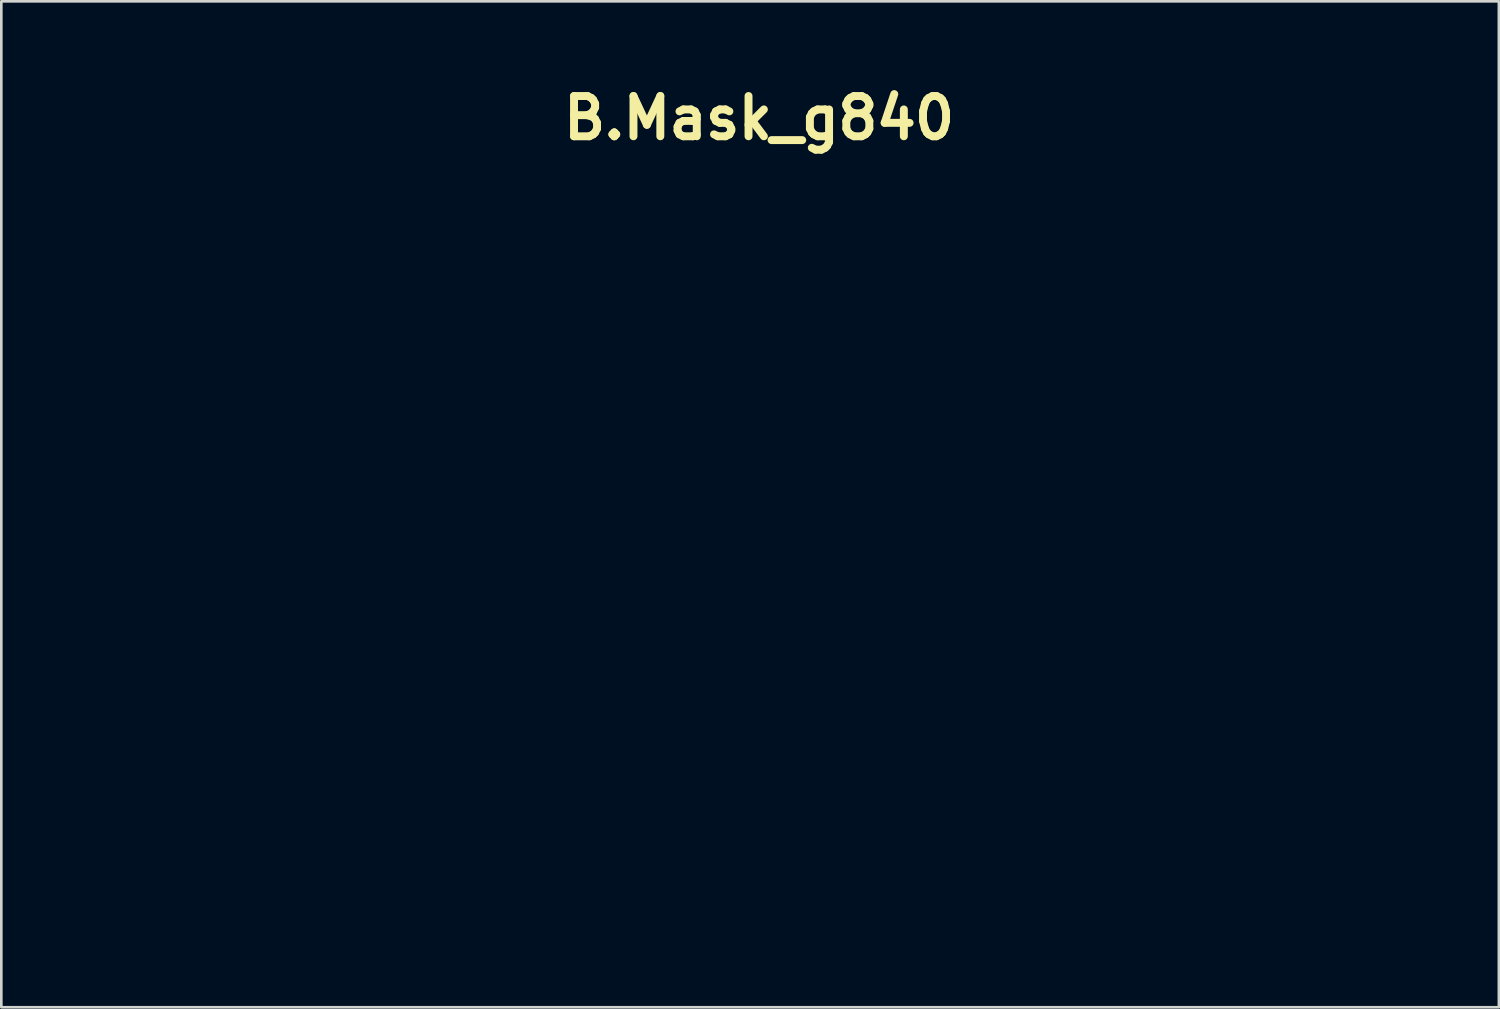
<source format=kicad_pcb>
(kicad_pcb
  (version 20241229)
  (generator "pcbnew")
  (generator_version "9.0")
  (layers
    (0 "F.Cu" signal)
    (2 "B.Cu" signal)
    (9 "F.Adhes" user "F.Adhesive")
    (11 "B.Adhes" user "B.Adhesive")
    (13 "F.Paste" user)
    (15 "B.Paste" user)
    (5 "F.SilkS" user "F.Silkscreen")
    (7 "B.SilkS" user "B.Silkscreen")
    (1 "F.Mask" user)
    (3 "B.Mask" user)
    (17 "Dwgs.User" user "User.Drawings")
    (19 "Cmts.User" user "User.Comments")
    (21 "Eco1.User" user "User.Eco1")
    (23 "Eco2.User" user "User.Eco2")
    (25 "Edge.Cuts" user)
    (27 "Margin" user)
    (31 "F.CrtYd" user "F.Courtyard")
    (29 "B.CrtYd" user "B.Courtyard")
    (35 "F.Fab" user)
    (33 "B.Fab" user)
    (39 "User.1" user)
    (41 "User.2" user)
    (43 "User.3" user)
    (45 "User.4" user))
  (footprint "B.Mask_g840"
    (layer "F.Cu")
    (at 25.678 1.418)
    (property "Reference" "B.Mask_g840" (at 0 0 0) (layer "F.SilkS") (effects (font (size 1.524 1.524) (thickness 0.3))))
    (attr through_hole)
    (fp_poly (pts (xy 24.977 24.511) (xy 24.723 24.511) (xy 24.723 23.114) (xy 24.977 23.114) (xy 24.977 24.511)) (stroke (width 0.01) (type solid)) (fill yes) (layer "B.Mask"))
    (fp_poly (pts (xy 24.194 24.692) (xy 24.227 24.727) (xy 24.253 24.828) (xy 24.207 24.905) (xy 24.109 24.934) (xy 24.015 24.909) (xy 23.974 24.865) (xy 23.973 24.767) (xy 24.03 24.687) (xy 24.109 24.659) (xy 24.194 24.692)) (stroke (width 0.01) (type solid)) (fill yes) (layer "B.Mask"))
    (fp_poly (pts (xy 24.937 24.672) (xy 24.99 24.75) (xy 24.993 24.84) (xy 24.974 24.874) (xy 24.886 24.928) (xy 24.79 24.918) (xy 24.728 24.859) (xy 24.712 24.759) (xy 24.758 24.675) (xy 24.848 24.638) (xy 24.85 24.638) (xy 24.937 24.672)) (stroke (width 0.01) (type solid)) (fill yes) (layer "B.Mask"))
    (fp_poly (pts (xy 24.215 24.511) (xy 24.108 24.511) (xy 24.019 24.492) (xy 23.979 24.456) (xy 23.973 24.396) (xy 23.969 24.268) (xy 23.967 24.088) (xy 23.968 23.873) (xy 23.97 23.768) (xy 23.982 23.135) (xy 24.098 23.122) (xy 24.215 23.108) (xy 24.215 24.511)) (stroke (width 0.01) (type solid)) (fill yes) (layer "B.Mask"))
    (fp_poly (pts (xy -3.058 23.887) (xy -3.069 24.913) (xy -3.302 24.94) (xy -3.302 24.601) (xy -3.307 24.425) (xy -3.321 24.27) (xy -3.34 24.164) (xy -3.343 24.153) (xy -3.421 24.041) (xy -3.534 23.982) (xy -3.655 23.99) (xy -3.676 23.999) (xy -3.717 24.029) (xy -3.744 24.077) (xy -3.76 24.16) (xy -3.77 24.295) (xy -3.777 24.48) (xy -3.789 24.913) (xy -3.905 24.927) (xy -4.022 24.94) (xy -4.022 24.495) (xy -4.017 24.298) (xy -4.005 24.124) (xy -3.988 23.995) (xy -3.975 23.946) (xy -3.878 23.828) (xy -3.735 23.764) (xy -3.567 23.76) (xy -3.418 23.81) (xy -3.302 23.871) (xy -3.302 22.86) (xy -3.046 22.86) (xy -3.058 23.887)) (stroke (width 0.01) (type solid)) (fill yes) (layer "B.Mask"))
    (fp_poly (pts (xy -1.27 24.187) (xy -1.268 24.379) (xy -1.258 24.506) (xy -1.238 24.587) (xy -1.205 24.64) (xy -1.187 24.658) (xy -1.076 24.71) (xy -0.959 24.693) (xy -0.867 24.613) (xy -0.845 24.571) (xy -0.826 24.477) (xy -0.811 24.328) (xy -0.804 24.155) (xy -0.804 24.127) (xy -0.804 23.791) (xy -0.55 23.791) (xy -0.551 24.098) (xy -0.566 24.399) (xy -0.61 24.626) (xy -0.688 24.785) (xy -0.803 24.884) (xy -0.96 24.929) (xy -1.05 24.933) (xy -1.186 24.923) (xy -1.295 24.9) (xy -1.323 24.889) (xy -1.414 24.807) (xy -1.475 24.679) (xy -1.511 24.492) (xy -1.524 24.236) (xy -1.524 24.196) (xy -1.524 23.791) (xy -1.27 23.791) (xy -1.27 24.187)) (stroke (width 0.01) (type solid)) (fill yes) (layer "B.Mask"))
    (fp_poly (pts (xy -11.091 24.187) (xy -11.089 24.382) (xy -11.079 24.51) (xy -11.058 24.591) (xy -11.024 24.643) (xy -11.014 24.653) (xy -10.899 24.716) (xy -10.785 24.696) (xy -10.71 24.638) (xy -10.669 24.584) (xy -10.643 24.512) (xy -10.63 24.4) (xy -10.626 24.229) (xy -10.626 24.172) (xy -10.626 23.791) (xy -10.372 23.791) (xy -10.372 24.125) (xy -10.377 24.369) (xy -10.394 24.547) (xy -10.428 24.676) (xy -10.483 24.774) (xy -10.531 24.828) (xy -10.617 24.896) (xy -10.721 24.927) (xy -10.854 24.933) (xy -10.995 24.924) (xy -11.111 24.901) (xy -11.148 24.886) (xy -11.242 24.789) (xy -11.305 24.621) (xy -11.339 24.379) (xy -11.345 24.174) (xy -11.345 23.791) (xy -11.091 23.791) (xy -11.091 24.187)) (stroke (width 0.01) (type solid)) (fill yes) (layer "B.Mask"))
    (fp_poly (pts (xy -5.597 23.373) (xy -5.56 23.401) (xy -5.547 23.475) (xy -5.546 23.58) (xy -5.539 23.713) (xy -5.515 23.778) (xy -5.482 23.791) (xy -5.431 23.828) (xy -5.419 23.897) (xy -5.441 23.982) (xy -5.482 24.003) (xy -5.511 24.016) (xy -5.529 24.065) (xy -5.54 24.163) (xy -5.545 24.323) (xy -5.546 24.469) (xy -5.546 24.934) (xy -5.8 24.934) (xy -5.8 24.003) (xy -5.905 24.003) (xy -5.986 23.986) (xy -6.011 23.917) (xy -6.011 23.897) (xy -5.994 23.817) (xy -5.925 23.792) (xy -5.905 23.791) (xy -5.843 23.784) (xy -5.811 23.749) (xy -5.801 23.665) (xy -5.8 23.58) (xy -5.797 23.454) (xy -5.78 23.392) (xy -5.735 23.37) (xy -5.673 23.368) (xy -5.597 23.373)) (stroke (width 0.01) (type solid)) (fill yes) (layer "B.Mask"))
    (fp_poly (pts (xy 1.081 23.784) (xy 1.134 23.815) (xy 1.202 23.849) (xy 1.228 23.836) (xy 1.264 23.805) (xy 1.353 23.791) (xy 1.355 23.791) (xy 1.482 23.791) (xy 1.482 24.363) (xy 1.481 24.592) (xy 1.479 24.75) (xy 1.471 24.85) (xy 1.457 24.905) (xy 1.433 24.929) (xy 1.398 24.934) (xy 1.383 24.934) (xy 1.294 24.923) (xy 1.256 24.906) (xy 1.243 24.854) (xy 1.233 24.738) (xy 1.228 24.579) (xy 1.228 24.507) (xy 1.22 24.283) (xy 1.192 24.132) (xy 1.14 24.044) (xy 1.058 24.009) (xy 0.97 24.013) (xy 0.873 24.008) (xy 0.814 23.942) (xy 0.805 23.925) (xy 0.779 23.838) (xy 0.806 23.79) (xy 0.813 23.785) (xy 0.939 23.751) (xy 1.081 23.784)) (stroke (width 0.01) (type solid)) (fill yes) (layer "B.Mask"))
    (fp_poly (pts (xy 14.553 23.373) (xy 14.591 23.401) (xy 14.604 23.475) (xy 14.605 23.58) (xy 14.612 23.713) (xy 14.635 23.778) (xy 14.668 23.791) (xy 14.72 23.828) (xy 14.732 23.897) (xy 14.71 23.982) (xy 14.668 24.003) (xy 14.64 24.016) (xy 14.621 24.065) (xy 14.611 24.163) (xy 14.606 24.323) (xy 14.605 24.469) (xy 14.605 24.934) (xy 14.351 24.934) (xy 14.351 24.003) (xy 14.245 24.003) (xy 14.165 23.986) (xy 14.14 23.917) (xy 14.139 23.897) (xy 14.157 23.817) (xy 14.226 23.792) (xy 14.245 23.791) (xy 14.308 23.784) (xy 14.339 23.749) (xy 14.35 23.665) (xy 14.351 23.58) (xy 14.354 23.454) (xy 14.371 23.392) (xy 14.415 23.37) (xy 14.478 23.368) (xy 14.553 23.373)) (stroke (width 0.01) (type solid)) (fill yes) (layer "B.Mask"))
    (fp_poly (pts (xy 20.458 23.81) (xy 20.537 23.841) (xy 20.574 23.834) (xy 20.574 23.831) (xy 20.611 23.803) (xy 20.7 23.791) (xy 20.702 23.791) (xy 20.83 23.791) (xy 20.807 24.913) (xy 20.574 24.94) (xy 20.574 24.554) (xy 20.572 24.368) (xy 20.563 24.245) (xy 20.543 24.164) (xy 20.507 24.105) (xy 20.47 24.065) (xy 20.361 23.98) (xy 20.266 23.969) (xy 20.181 24.014) (xy 20.147 24.057) (xy 20.123 24.135) (xy 20.109 24.266) (xy 20.1 24.463) (xy 20.099 24.49) (xy 20.087 24.913) (xy 19.971 24.927) (xy 19.854 24.94) (xy 19.854 24.495) (xy 19.859 24.298) (xy 19.871 24.124) (xy 19.888 23.995) (xy 19.901 23.946) (xy 19.998 23.828) (xy 20.141 23.764) (xy 20.309 23.76) (xy 20.458 23.81)) (stroke (width 0.01) (type solid)) (fill yes) (layer "B.Mask"))
    (fp_poly (pts (xy 21.832 23.814) (xy 21.985 23.924) (xy 22.096 24.075) (xy 22.156 24.251) (xy 22.157 24.44) (xy 22.094 24.627) (xy 21.972 24.785) (xy 21.824 24.877) (xy 21.635 24.925) (xy 21.439 24.927) (xy 21.268 24.878) (xy 21.239 24.862) (xy 21.136 24.762) (xy 21.041 24.615) (xy 20.974 24.458) (xy 20.958 24.364) (xy 21.223 24.364) (xy 21.257 24.496) (xy 21.336 24.607) (xy 21.447 24.681) (xy 21.58 24.707) (xy 21.72 24.671) (xy 21.81 24.609) (xy 21.893 24.483) (xy 21.911 24.332) (xy 21.866 24.181) (xy 21.763 24.057) (xy 21.642 24.01) (xy 21.496 24.013) (xy 21.368 24.062) (xy 21.337 24.087) (xy 21.246 24.223) (xy 21.223 24.364) (xy 20.958 24.364) (xy 20.955 24.348) (xy 20.994 24.154) (xy 21.1 23.978) (xy 21.254 23.841) (xy 21.426 23.769) (xy 21.643 23.757) (xy 21.832 23.814)) (stroke (width 0.01) (type solid)) (fill yes) (layer "B.Mask"))
    (fp_poly (pts (xy -9.408 23.799) (xy -9.242 23.896) (xy -9.12 24.05) (xy -9.069 24.212) (xy -9.055 24.397) (xy -9.08 24.569) (xy -9.122 24.663) (xy -9.264 24.809) (xy -9.451 24.901) (xy -9.659 24.934) (xy -9.863 24.902) (xy -9.976 24.847) (xy -10.122 24.708) (xy -10.209 24.525) (xy -10.226 24.391) (xy -9.981 24.391) (xy -9.941 24.526) (xy -9.843 24.637) (xy -9.764 24.681) (xy -9.67 24.713) (xy -9.601 24.711) (xy -9.506 24.674) (xy -9.503 24.672) (xy -9.376 24.577) (xy -9.311 24.449) (xy -9.302 24.308) (xy -9.346 24.174) (xy -9.438 24.068) (xy -9.574 24.009) (xy -9.64 24.003) (xy -9.794 24.037) (xy -9.904 24.126) (xy -9.968 24.251) (xy -9.981 24.391) (xy -10.226 24.391) (xy -10.234 24.323) (xy -10.193 24.125) (xy -10.128 24.007) (xy -9.978 23.863) (xy -9.795 23.781) (xy -9.599 23.76) (xy -9.408 23.799)) (stroke (width 0.01) (type solid)) (fill yes) (layer "B.Mask"))
    (fp_poly (pts (xy -6.457 23.767) (xy -6.27 23.842) (xy -6.114 23.978) (xy -6.008 24.154) (xy -5.969 24.348) (xy -5.999 24.49) (xy -6.074 24.649) (xy -6.175 24.788) (xy -6.26 24.861) (xy -6.392 24.908) (xy -6.563 24.93) (xy -6.73 24.924) (xy -6.816 24.905) (xy -6.939 24.826) (xy -7.056 24.697) (xy -7.141 24.55) (xy -7.157 24.502) (xy -7.165 24.41) (xy -6.923 24.41) (xy -6.894 24.496) (xy -6.79 24.631) (xy -6.653 24.696) (xy -6.503 24.69) (xy -6.359 24.61) (xy -6.318 24.571) (xy -6.239 24.443) (xy -6.234 24.309) (xy -6.285 24.175) (xy -6.383 24.057) (xy -6.505 24.004) (xy -6.637 24.007) (xy -6.761 24.058) (xy -6.861 24.148) (xy -6.92 24.268) (xy -6.923 24.41) (xy -7.165 24.41) (xy -7.176 24.286) (xy -7.124 24.092) (xy -7.011 23.93) (xy -6.849 23.815) (xy -6.65 23.759) (xy -6.457 23.767)) (stroke (width 0.01) (type solid)) (fill yes) (layer "B.Mask"))
    (fp_poly (pts (xy 0.424 23.806) (xy 0.448 23.817) (xy 0.608 23.935) (xy 0.712 24.098) (xy 0.759 24.287) (xy 0.749 24.481) (xy 0.679 24.663) (xy 0.551 24.813) (xy 0.495 24.851) (xy 0.311 24.92) (xy 0.101 24.929) (xy -0.098 24.881) (xy -0.161 24.849) (xy -0.304 24.715) (xy -0.392 24.537) (xy -0.41 24.401) (xy -0.168 24.401) (xy -0.103 24.547) (xy -0.039 24.613) (xy 0.082 24.698) (xy 0.185 24.718) (xy 0.299 24.679) (xy 0.31 24.673) (xy 0.437 24.574) (xy 0.497 24.438) (xy 0.507 24.334) (xy 0.473 24.184) (xy 0.381 24.074) (xy 0.253 24.014) (xy 0.11 24.012) (xy -0.029 24.075) (xy -0.065 24.107) (xy -0.156 24.249) (xy -0.168 24.401) (xy -0.41 24.401) (xy -0.419 24.338) (xy -0.381 24.14) (xy -0.339 24.056) (xy -0.19 23.884) (xy -0.003 23.783) (xy 0.207 23.755) (xy 0.424 23.806)) (stroke (width 0.01) (type solid)) (fill yes) (layer "B.Mask"))
    (fp_poly (pts (xy -8.045 24.204) (xy -8.137 24.375) (xy -8.218 24.518) (xy -8.276 24.618) (xy -8.301 24.655) (xy -8.296 24.706) (xy -8.257 24.813) (xy -8.19 24.959) (xy -8.126 25.082) (xy -8.039 25.246) (xy -7.97 25.381) (xy -7.927 25.471) (xy -7.916 25.499) (xy -7.953 25.519) (xy -8.04 25.527) (xy -8.143 25.505) (xy -8.224 25.425) (xy -8.247 25.389) (xy -8.284 25.321) (xy -8.353 25.193) (xy -8.443 25.019) (xy -8.549 24.815) (xy -8.662 24.597) (xy -8.773 24.379) (xy -8.876 24.177) (xy -8.963 24.005) (xy -9.025 23.88) (xy -9.052 23.823) (xy -9.025 23.802) (xy -8.941 23.792) (xy -8.924 23.791) (xy -8.853 23.796) (xy -8.799 23.82) (xy -8.748 23.878) (xy -8.686 23.986) (xy -8.62 24.118) (xy -8.459 24.444) (xy -8.288 24.118) (xy -8.204 23.96) (xy -8.144 23.864) (xy -8.092 23.813) (xy -8.035 23.794) (xy -7.971 23.791) (xy -7.824 23.791) (xy -8.045 24.204)) (stroke (width 0.01) (type solid)) (fill yes) (layer "B.Mask"))
    (fp_poly (pts (xy -4.37 23.373) (xy -4.332 23.401) (xy -4.319 23.475) (xy -4.318 23.58) (xy -4.311 23.713) (xy -4.288 23.778) (xy -4.255 23.791) (xy -4.203 23.828) (xy -4.191 23.897) (xy -4.213 23.982) (xy -4.255 24.003) (xy -4.283 24.016) (xy -4.302 24.065) (xy -4.312 24.163) (xy -4.317 24.323) (xy -4.318 24.469) (xy -4.319 24.672) (xy -4.323 24.805) (xy -4.333 24.884) (xy -4.353 24.921) (xy -4.386 24.933) (xy -4.417 24.934) (xy -4.506 24.923) (xy -4.544 24.906) (xy -4.556 24.854) (xy -4.565 24.737) (xy -4.571 24.574) (xy -4.572 24.44) (xy -4.572 24.003) (xy -4.678 24.003) (xy -4.758 23.986) (xy -4.783 23.917) (xy -4.784 23.897) (xy -4.766 23.817) (xy -4.697 23.792) (xy -4.678 23.791) (xy -4.615 23.784) (xy -4.584 23.749) (xy -4.573 23.665) (xy -4.572 23.58) (xy -4.569 23.454) (xy -4.552 23.392) (xy -4.508 23.37) (xy -4.445 23.368) (xy -4.37 23.373)) (stroke (width 0.01) (type solid)) (fill yes) (layer "B.Mask"))
    (fp_poly (pts (xy 2.794 24.934) (xy 2.688 24.934) (xy 2.606 24.915) (xy 2.582 24.847) (xy 2.582 24.759) (xy 2.471 24.847) (xy 2.31 24.924) (xy 2.129 24.936) (xy 1.957 24.883) (xy 1.863 24.814) (xy 1.74 24.642) (xy 1.679 24.449) (xy 1.679 24.417) (xy 1.924 24.417) (xy 1.927 24.432) (xy 1.997 24.591) (xy 2.112 24.691) (xy 2.257 24.723) (xy 2.414 24.68) (xy 2.414 24.68) (xy 2.478 24.613) (xy 2.534 24.502) (xy 2.544 24.474) (xy 2.562 24.291) (xy 2.507 24.137) (xy 2.383 24.024) (xy 2.36 24.012) (xy 2.222 23.986) (xy 2.094 24.028) (xy 1.991 24.125) (xy 1.929 24.259) (xy 1.924 24.417) (xy 1.679 24.417) (xy 1.677 24.251) (xy 1.73 24.066) (xy 1.835 23.911) (xy 1.986 23.802) (xy 2.1 23.767) (xy 2.243 23.758) (xy 2.377 23.8) (xy 2.422 23.824) (xy 2.582 23.911) (xy 2.582 22.86) (xy 2.794 22.86) (xy 2.794 24.934)) (stroke (width 0.01) (type solid)) (fill yes) (layer "B.Mask"))
    (fp_poly (pts (xy 15.343 23.787) (xy 15.458 23.883) (xy 15.527 24.012) (xy 15.536 24.078) (xy 15.496 24.215) (xy 15.372 24.343) (xy 15.206 24.445) (xy 15.107 24.512) (xy 15.077 24.585) (xy 15.079 24.608) (xy 15.123 24.691) (xy 15.207 24.714) (xy 15.307 24.674) (xy 15.325 24.659) (xy 15.412 24.616) (xy 15.504 24.619) (xy 15.567 24.662) (xy 15.579 24.701) (xy 15.541 24.784) (xy 15.444 24.86) (xy 15.315 24.915) (xy 15.19 24.934) (xy 15.034 24.909) (xy 14.921 24.83) (xy 14.836 24.69) (xy 14.817 24.521) (xy 14.843 24.407) (xy 14.895 24.347) (xy 14.995 24.277) (xy 15.044 24.25) (xy 15.193 24.171) (xy 15.275 24.115) (xy 15.302 24.07) (xy 15.284 24.026) (xy 15.278 24.019) (xy 15.215 23.985) (xy 15.149 24.006) (xy 15.051 24.03) (xy 14.958 24.012) (xy 14.905 23.96) (xy 14.901 23.939) (xy 14.939 23.864) (xy 15.031 23.796) (xy 15.151 23.755) (xy 15.209 23.749) (xy 15.343 23.787)) (stroke (width 0.01) (type solid)) (fill yes) (layer "B.Mask"))
    (fp_poly (pts (xy 4.106 23.764) (xy 4.251 23.838) (xy 4.326 23.913) (xy 4.354 24) (xy 4.352 24.103) (xy 4.339 24.204) (xy 4.305 24.273) (xy 4.232 24.332) (xy 4.114 24.399) (xy 3.984 24.476) (xy 3.918 24.537) (xy 3.902 24.598) (xy 3.903 24.61) (xy 3.947 24.691) (xy 4.032 24.714) (xy 4.131 24.674) (xy 4.149 24.659) (xy 4.254 24.61) (xy 4.315 24.616) (xy 4.391 24.666) (xy 4.401 24.734) (xy 4.355 24.808) (xy 4.266 24.875) (xy 4.145 24.921) (xy 4.033 24.934) (xy 3.883 24.917) (xy 3.773 24.857) (xy 3.745 24.83) (xy 3.651 24.69) (xy 3.638 24.545) (xy 3.704 24.403) (xy 3.845 24.27) (xy 3.966 24.199) (xy 4.084 24.129) (xy 4.127 24.072) (xy 4.102 24.018) (xy 4.088 24.006) (xy 4.025 23.98) (xy 3.973 24.016) (xy 3.904 24.054) (xy 3.821 24.033) (xy 3.743 23.984) (xy 3.737 23.929) (xy 3.803 23.849) (xy 3.818 23.835) (xy 3.953 23.761) (xy 4.106 23.764)) (stroke (width 0.01) (type solid)) (fill yes) (layer "B.Mask"))
    (fp_poly (pts (xy 10.4 23.136) (xy 10.563 23.257) (xy 10.614 23.321) (xy 10.694 23.467) (xy 10.707 23.564) (xy 10.651 23.614) (xy 10.583 23.622) (xy 10.488 23.605) (xy 10.456 23.566) (xy 10.42 23.483) (xy 10.332 23.4) (xy 10.222 23.341) (xy 10.145 23.326) (xy 10.02 23.361) (xy 9.908 23.451) (xy 9.835 23.568) (xy 9.821 23.638) (xy 9.85 23.719) (xy 9.936 23.858) (xy 10.079 24.055) (xy 10.282 24.311) (xy 10.284 24.313) (xy 10.433 24.5) (xy 10.56 24.664) (xy 10.655 24.794) (xy 10.711 24.88) (xy 10.722 24.909) (xy 10.672 24.918) (xy 10.554 24.926) (xy 10.385 24.932) (xy 10.18 24.934) (xy 10.132 24.934) (xy 9.567 24.934) (xy 9.567 24.684) (xy 10.239 24.659) (xy 9.946 24.299) (xy 9.82 24.137) (xy 9.711 23.984) (xy 9.634 23.859) (xy 9.605 23.799) (xy 9.577 23.593) (xy 9.625 23.404) (xy 9.743 23.246) (xy 9.922 23.133) (xy 9.99 23.109) (xy 10.202 23.085) (xy 10.4 23.136)) (stroke (width 0.01) (type solid)) (fill yes) (layer "B.Mask"))
    (fp_poly (pts (xy -12.244 23.887) (xy -12.255 24.913) (xy -12.372 24.927) (xy -12.461 24.922) (xy -12.488 24.874) (xy -12.488 24.871) (xy -12.496 24.827) (xy -12.533 24.836) (xy -12.582 24.868) (xy -12.711 24.918) (xy -12.877 24.93) (xy -13.044 24.904) (xy -13.128 24.871) (xy -13.247 24.762) (xy -13.333 24.595) (xy -13.375 24.392) (xy -13.376 24.362) (xy -13.123 24.362) (xy -13.089 24.513) (xy -13.001 24.637) (xy -12.878 24.711) (xy -12.806 24.723) (xy -12.7 24.693) (xy -12.596 24.622) (xy -12.592 24.619) (xy -12.507 24.488) (xy -12.483 24.344) (xy -12.512 24.204) (xy -12.583 24.086) (xy -12.689 24.006) (xy -12.82 23.982) (xy -12.917 24.005) (xy -13.041 24.084) (xy -13.106 24.202) (xy -13.123 24.362) (xy -13.376 24.362) (xy -13.377 24.331) (xy -13.345 24.133) (xy -13.257 23.966) (xy -13.129 23.84) (xy -12.974 23.765) (xy -12.809 23.75) (xy -12.647 23.804) (xy -12.6 23.837) (xy -12.488 23.924) (xy -12.488 22.86) (xy -12.233 22.86) (xy -12.244 23.887)) (stroke (width 0.01) (type solid)) (fill yes) (layer "B.Mask"))
    (fp_poly (pts (xy -13.571 24.162) (xy -13.663 24.329) (xy -13.745 24.476) (xy -13.806 24.581) (xy -13.827 24.614) (xy -13.848 24.659) (xy -13.846 24.717) (xy -13.817 24.802) (xy -13.754 24.931) (xy -13.672 25.085) (xy -13.585 25.248) (xy -13.516 25.383) (xy -13.472 25.473) (xy -13.462 25.5) (xy -13.499 25.518) (xy -13.589 25.526) (xy -13.6 25.526) (xy -13.645 25.524) (xy -13.685 25.512) (xy -13.726 25.48) (xy -13.773 25.42) (xy -13.833 25.322) (xy -13.913 25.176) (xy -14.018 24.974) (xy -14.154 24.706) (xy -14.161 24.694) (xy -14.285 24.45) (xy -14.395 24.231) (xy -14.488 24.049) (xy -14.555 23.914) (xy -14.593 23.838) (xy -14.598 23.827) (xy -14.571 23.803) (xy -14.486 23.792) (xy -14.47 23.791) (xy -14.399 23.796) (xy -14.345 23.82) (xy -14.294 23.878) (xy -14.233 23.985) (xy -14.165 24.119) (xy -14.003 24.447) (xy -13.838 24.119) (xy -13.756 23.961) (xy -13.698 23.864) (xy -13.647 23.814) (xy -13.591 23.794) (xy -13.522 23.791) (xy -13.37 23.791) (xy -13.571 24.162)) (stroke (width 0.01) (type solid)) (fill yes) (layer "B.Mask"))
    (fp_poly (pts (xy 5.313 23.767) (xy 5.49 23.836) (xy 5.62 23.956) (xy 5.702 24.111) (xy 5.739 24.287) (xy 5.731 24.468) (xy 5.679 24.639) (xy 5.584 24.783) (xy 5.447 24.887) (xy 5.27 24.933) (xy 5.234 24.934) (xy 5.099 24.919) (xy 4.986 24.883) (xy 4.967 24.871) (xy 4.898 24.831) (xy 4.865 24.846) (xy 4.853 24.871) (xy 4.797 24.919) (xy 4.721 24.934) (xy 4.614 24.934) (xy 4.614 24.281) (xy 4.847 24.281) (xy 4.852 24.437) (xy 4.868 24.49) (xy 4.961 24.637) (xy 5.094 24.713) (xy 5.254 24.714) (xy 5.311 24.696) (xy 5.409 24.618) (xy 5.467 24.489) (xy 5.484 24.338) (xy 5.456 24.189) (xy 5.38 24.07) (xy 5.375 24.065) (xy 5.245 23.992) (xy 5.112 23.99) (xy 4.991 24.045) (xy 4.898 24.147) (xy 4.847 24.281) (xy 4.614 24.281) (xy 4.614 23.791) (xy 4.741 23.791) (xy 4.831 23.803) (xy 4.868 23.832) (xy 4.868 23.833) (xy 4.901 23.844) (xy 4.983 23.819) (xy 5.012 23.806) (xy 5.194 23.758) (xy 5.313 23.767)) (stroke (width 0.01) (type solid)) (fill yes) (layer "B.Mask"))
    (fp_poly (pts (xy 8.902 23.088) (xy 9.072 23.16) (xy 9.223 23.3) (xy 9.342 23.507) (xy 9.371 23.587) (xy 9.428 23.865) (xy 9.429 24.15) (xy 9.376 24.419) (xy 9.274 24.653) (xy 9.165 24.795) (xy 9.057 24.886) (xy 8.953 24.926) (xy 8.841 24.933) (xy 8.697 24.918) (xy 8.57 24.882) (xy 8.547 24.871) (xy 8.405 24.749) (xy 8.295 24.565) (xy 8.222 24.338) (xy 8.188 24.085) (xy 8.189 24.04) (xy 8.432 24.04) (xy 8.459 24.278) (xy 8.531 24.487) (xy 8.618 24.616) (xy 8.739 24.705) (xy 8.862 24.709) (xy 8.987 24.629) (xy 8.994 24.622) (xy 9.097 24.467) (xy 9.16 24.261) (xy 9.184 24.028) (xy 9.168 23.794) (xy 9.112 23.583) (xy 9.016 23.419) (xy 9.009 23.411) (xy 8.893 23.341) (xy 8.758 23.333) (xy 8.638 23.388) (xy 8.617 23.408) (xy 8.511 23.58) (xy 8.45 23.8) (xy 8.432 24.04) (xy 8.189 24.04) (xy 8.197 23.825) (xy 8.252 23.575) (xy 8.279 23.502) (xy 8.402 23.292) (xy 8.555 23.153) (xy 8.726 23.086) (xy 8.902 23.088)) (stroke (width 0.01) (type solid)) (fill yes) (layer "B.Mask"))
    (fp_poly (pts (xy 11.679 23.118) (xy 11.85 23.225) (xy 11.963 23.356) (xy 12.05 23.539) (xy 12.108 23.768) (xy 12.132 24.012) (xy 12.116 24.236) (xy 12.112 24.255) (xy 12.038 24.505) (xy 11.937 24.705) (xy 11.818 24.839) (xy 11.77 24.87) (xy 11.591 24.926) (xy 11.404 24.926) (xy 11.24 24.871) (xy 11.202 24.846) (xy 11.059 24.683) (xy 10.958 24.467) (xy 10.9 24.216) (xy 10.891 24.045) (xy 11.135 24.045) (xy 11.156 24.265) (xy 11.214 24.453) (xy 11.3 24.598) (xy 11.406 24.689) (xy 11.522 24.718) (xy 11.641 24.672) (xy 11.646 24.668) (xy 11.756 24.543) (xy 11.83 24.375) (xy 11.871 24.18) (xy 11.879 23.973) (xy 11.855 23.771) (xy 11.803 23.589) (xy 11.723 23.444) (xy 11.617 23.351) (xy 11.512 23.326) (xy 11.367 23.364) (xy 11.255 23.477) (xy 11.178 23.659) (xy 11.139 23.904) (xy 11.135 24.045) (xy 10.891 24.045) (xy 10.886 23.95) (xy 10.917 23.69) (xy 10.994 23.456) (xy 11.116 23.266) (xy 11.136 23.246) (xy 11.306 23.126) (xy 11.492 23.085) (xy 11.679 23.118)) (stroke (width 0.01) (type solid)) (fill yes) (layer "B.Mask"))
    (fp_poly (pts (xy 22.956 23.114) (xy 23.198 23.209) (xy 23.407 23.362) (xy 23.528 23.505) (xy 23.587 23.604) (xy 23.622 23.699) (xy 23.638 23.818) (xy 23.643 23.989) (xy 23.643 24.025) (xy 23.64 24.205) (xy 23.627 24.328) (xy 23.596 24.422) (xy 23.543 24.514) (xy 23.525 24.541) (xy 23.341 24.734) (xy 23.109 24.866) (xy 22.844 24.928) (xy 22.748 24.931) (xy 22.59 24.922) (xy 22.448 24.902) (xy 22.384 24.885) (xy 22.301 24.839) (xy 22.27 24.761) (xy 22.267 24.698) (xy 22.271 24.601) (xy 22.281 24.554) (xy 22.283 24.553) (xy 22.327 24.569) (xy 22.424 24.609) (xy 22.499 24.642) (xy 22.72 24.699) (xy 22.931 24.681) (xy 23.119 24.596) (xy 23.27 24.453) (xy 23.371 24.261) (xy 23.41 24.03) (xy 23.41 24.02) (xy 23.374 23.787) (xy 23.272 23.594) (xy 23.121 23.448) (xy 22.932 23.359) (xy 22.719 23.334) (xy 22.497 23.383) (xy 22.432 23.413) (xy 22.262 23.499) (xy 22.275 23.338) (xy 22.292 23.232) (xy 22.338 23.172) (xy 22.436 23.128) (xy 22.458 23.121) (xy 22.702 23.082) (xy 22.956 23.114)) (stroke (width 0.01) (type solid)) (fill yes) (layer "B.Mask"))
    (fp_poly (pts (xy 13.058 23.117) (xy 13.212 23.218) (xy 13.332 23.382) (xy 13.333 23.385) (xy 13.393 23.514) (xy 13.412 23.585) (xy 13.386 23.615) (xy 13.314 23.622) (xy 13.293 23.622) (xy 13.204 23.609) (xy 13.166 23.578) (xy 13.166 23.578) (xy 13.138 23.52) (xy 13.071 23.439) (xy 13.062 23.43) (xy 12.926 23.343) (xy 12.782 23.333) (xy 12.648 23.399) (xy 12.623 23.424) (xy 12.565 23.494) (xy 12.533 23.563) (xy 12.531 23.642) (xy 12.563 23.738) (xy 12.633 23.862) (xy 12.745 24.021) (xy 12.905 24.226) (xy 13.115 24.485) (xy 13.13 24.503) (xy 13.249 24.651) (xy 13.343 24.775) (xy 13.404 24.863) (xy 13.42 24.895) (xy 13.38 24.91) (xy 13.269 24.922) (xy 13.1 24.931) (xy 12.888 24.934) (xy 12.848 24.934) (xy 12.277 24.934) (xy 12.277 24.68) (xy 12.961 24.68) (xy 12.69 24.352) (xy 12.531 24.157) (xy 12.418 24.013) (xy 12.345 23.905) (xy 12.302 23.819) (xy 12.282 23.742) (xy 12.277 23.66) (xy 12.277 23.644) (xy 12.312 23.441) (xy 12.405 23.279) (xy 12.543 23.161) (xy 12.707 23.093) (xy 12.884 23.076) (xy 13.058 23.117)) (stroke (width 0.01) (type solid)) (fill yes) (layer "B.Mask"))
    (fp_poly (pts (xy 6.638 23.765) (xy 6.67 23.813) (xy 6.722 23.918) (xy 6.783 24.06) (xy 6.794 24.085) (xy 6.854 24.228) (xy 6.906 24.333) (xy 6.94 24.383) (xy 6.943 24.384) (xy 6.973 24.348) (xy 7.027 24.254) (xy 7.094 24.12) (xy 7.109 24.088) (xy 7.182 23.937) (xy 7.236 23.848) (xy 7.287 23.805) (xy 7.348 23.792) (xy 7.369 23.791) (xy 7.457 23.804) (xy 7.493 23.833) (xy 7.475 23.888) (xy 7.427 23.998) (xy 7.356 24.147) (xy 7.272 24.319) (xy 7.182 24.496) (xy 7.096 24.662) (xy 7.02 24.802) (xy 6.964 24.898) (xy 6.936 24.934) (xy 6.936 24.934) (xy 6.901 24.9) (xy 6.879 24.848) (xy 6.847 24.765) (xy 6.793 24.635) (xy 6.735 24.505) (xy 6.618 24.248) (xy 6.476 24.591) (xy 6.41 24.744) (xy 6.355 24.862) (xy 6.318 24.927) (xy 6.31 24.934) (xy 6.283 24.898) (xy 6.227 24.8) (xy 6.147 24.651) (xy 6.052 24.466) (xy 5.999 24.36) (xy 5.713 23.786) (xy 5.864 23.799) (xy 5.941 23.811) (xy 5.997 23.839) (xy 6.048 23.902) (xy 6.107 24.015) (xy 6.16 24.129) (xy 6.304 24.446) (xy 6.366 24.299) (xy 6.461 24.076) (xy 6.529 23.921) (xy 6.578 23.824) (xy 6.61 23.775) (xy 6.633 23.763) (xy 6.638 23.765)) (stroke (width 0.01) (type solid)) (fill yes) (layer "B.Mask"))
    (fp_poly (pts (xy 16.322 23.77) (xy 16.439 23.807) (xy 16.558 23.876) (xy 16.643 23.984) (xy 16.685 24.07) (xy 16.75 24.303) (xy 16.734 24.522) (xy 16.64 24.718) (xy 16.574 24.794) (xy 16.472 24.883) (xy 16.376 24.923) (xy 16.243 24.931) (xy 16.228 24.931) (xy 16.094 24.924) (xy 15.988 24.912) (xy 15.96 24.905) (xy 15.89 24.863) (xy 15.802 24.792) (xy 15.719 24.713) (xy 15.669 24.652) (xy 15.663 24.637) (xy 15.697 24.601) (xy 15.76 24.565) (xy 15.84 24.545) (xy 15.918 24.577) (xy 15.974 24.622) (xy 16.08 24.69) (xy 16.182 24.722) (xy 16.19 24.723) (xy 16.318 24.685) (xy 16.429 24.59) (xy 16.488 24.479) (xy 16.498 24.436) (xy 16.486 24.409) (xy 16.44 24.393) (xy 16.344 24.386) (xy 16.184 24.384) (xy 16.09 24.384) (xy 15.889 24.383) (xy 15.76 24.375) (xy 15.691 24.35) (xy 15.669 24.301) (xy 15.681 24.219) (xy 15.693 24.176) (xy 15.941 24.176) (xy 15.956 24.201) (xy 16.022 24.212) (xy 16.153 24.215) (xy 16.191 24.215) (xy 16.332 24.211) (xy 16.431 24.203) (xy 16.468 24.191) (xy 16.432 24.099) (xy 16.347 24.017) (xy 16.277 23.986) (xy 16.131 23.989) (xy 16.007 24.065) (xy 15.959 24.131) (xy 15.941 24.176) (xy 15.693 24.176) (xy 15.706 24.127) (xy 15.795 23.947) (xy 15.937 23.823) (xy 16.118 23.762) (xy 16.322 23.77)) (stroke (width 0.01) (type solid)) (fill yes) (layer "B.Mask"))
    (fp_poly (pts (xy 17.106 23.704) (xy 17.186 23.908) (xy 17.258 24.08) (xy 17.314 24.205) (xy 17.35 24.271) (xy 17.358 24.278) (xy 17.381 24.235) (xy 17.427 24.126) (xy 17.492 23.967) (xy 17.569 23.771) (xy 17.61 23.663) (xy 17.696 23.431) (xy 17.761 23.269) (xy 17.812 23.176) (xy 17.856 23.154) (xy 17.904 23.205) (xy 17.961 23.329) (xy 18.038 23.529) (xy 18.12 23.749) (xy 18.192 23.939) (xy 18.256 24.1) (xy 18.304 24.216) (xy 18.331 24.269) (xy 18.331 24.27) (xy 18.355 24.244) (xy 18.403 24.153) (xy 18.468 24.007) (xy 18.545 23.819) (xy 18.589 23.709) (xy 18.817 23.115) (xy 18.955 23.114) (xy 19.048 23.12) (xy 19.092 23.133) (xy 19.092 23.135) (xy 19.077 23.192) (xy 19.035 23.309) (xy 18.971 23.474) (xy 18.891 23.673) (xy 18.8 23.894) (xy 18.704 24.123) (xy 18.609 24.347) (xy 18.519 24.553) (xy 18.441 24.729) (xy 18.38 24.861) (xy 18.341 24.936) (xy 18.33 24.948) (xy 18.305 24.898) (xy 18.255 24.783) (xy 18.189 24.62) (xy 18.11 24.421) (xy 18.074 24.327) (xy 17.849 23.74) (xy 17.624 24.32) (xy 17.544 24.527) (xy 17.477 24.707) (xy 17.428 24.845) (xy 17.402 24.925) (xy 17.399 24.938) (xy 17.388 24.983) (xy 17.356 24.958) (xy 17.3 24.859) (xy 17.22 24.685) (xy 17.116 24.434) (xy 17.049 24.268) (xy 16.951 24.021) (xy 16.858 23.785) (xy 16.776 23.577) (xy 16.713 23.416) (xy 16.682 23.336) (xy 16.596 23.114) (xy 16.88 23.114) (xy 17.106 23.704)) (stroke (width 0.01) (type solid)) (fill yes) (layer "B.Mask"))
    (fp_poly (pts (xy -1.972 23.823) (xy -1.827 23.946) (xy -1.776 24.016) (xy -1.709 24.191) (xy -1.696 24.388) (xy -1.733 24.582) (xy -1.814 24.748) (xy -1.935 24.864) (xy -1.951 24.873) (xy -2.109 24.922) (xy -2.283 24.93) (xy -2.438 24.896) (xy -2.488 24.868) (xy -2.554 24.828) (xy -2.579 24.847) (xy -2.582 24.93) (xy -2.565 25.065) (xy -2.533 25.166) (xy -2.447 25.267) (xy -2.325 25.312) (xy -2.195 25.302) (xy -2.081 25.238) (xy -2.018 25.144) (xy -1.964 25.051) (xy -1.879 25.02) (xy -1.853 25.019) (xy -1.759 25.04) (xy -1.736 25.085) (xy -1.769 25.213) (xy -1.853 25.346) (xy -1.964 25.449) (xy -1.988 25.463) (xy -2.139 25.51) (xy -2.319 25.523) (xy -2.488 25.502) (xy -2.572 25.471) (xy -2.655 25.418) (xy -2.718 25.356) (xy -2.762 25.272) (xy -2.792 25.154) (xy -2.811 24.987) (xy -2.823 24.761) (xy -2.83 24.5) (xy -2.833 24.354) (xy -2.581 24.354) (xy -2.549 24.51) (xy -2.462 24.636) (xy -2.339 24.711) (xy -2.265 24.723) (xy -2.159 24.693) (xy -2.055 24.622) (xy -2.051 24.619) (xy -1.972 24.486) (xy -1.945 24.321) (xy -1.975 24.161) (xy -1.988 24.133) (xy -2.079 24.039) (xy -2.209 23.988) (xy -2.341 23.992) (xy -2.377 24.006) (xy -2.507 24.104) (xy -2.569 24.235) (xy -2.581 24.354) (xy -2.833 24.354) (xy -2.845 23.791) (xy -2.714 23.791) (xy -2.613 23.808) (xy -2.582 23.858) (xy -2.571 23.895) (xy -2.528 23.879) (xy -2.471 23.837) (xy -2.315 23.763) (xy -2.142 23.76) (xy -1.972 23.823)) (stroke (width 0.01) (type solid)) (fill yes) (layer "B.Mask"))
    (fp_poly (pts (xy -20.321 22.152) (xy -19.975 22.169) (xy -19.664 22.196) (xy -19.408 22.234) (xy -19.357 22.244) (xy -18.721 22.421) (xy -18.129 22.655) (xy -17.586 22.942) (xy -17.096 23.277) (xy -16.665 23.656) (xy -16.296 24.076) (xy -15.994 24.533) (xy -15.764 25.021) (xy -15.609 25.539) (xy -15.592 25.627) (xy -15.552 25.954) (xy -15.546 26.319) (xy -15.571 26.689) (xy -15.626 27.027) (xy -15.659 27.157) (xy -15.834 27.62) (xy -16.081 28.076) (xy -16.39 28.508) (xy -16.748 28.898) (xy -16.946 29.076) (xy -17.092 29.199) (xy -17.182 29.283) (xy -17.229 29.344) (xy -17.241 29.395) (xy -17.228 29.453) (xy -17.22 29.478) (xy -17.142 29.642) (xy -17.013 29.84) (xy -16.846 30.052) (xy -16.658 30.259) (xy -16.522 30.39) (xy -16.235 30.648) (xy -16.383 30.645) (xy -16.501 30.635) (xy -16.665 30.611) (xy -16.828 30.581) (xy -17.143 30.492) (xy -17.441 30.364) (xy -17.701 30.207) (xy -17.899 30.034) (xy -17.906 30.026) (xy -18.004 29.919) (xy -18.069 29.865) (xy -18.125 29.853) (xy -18.196 29.874) (xy -18.216 29.882) (xy -18.916 30.122) (xy -19.361 30.236) (xy -19.636 30.282) (xy -19.969 30.315) (xy -20.339 30.334) (xy -20.722 30.339) (xy -21.096 30.329) (xy -21.439 30.306) (xy -21.727 30.267) (xy -21.802 30.253) (xy -22.445 30.085) (xy -23.023 29.873) (xy -23.545 29.612) (xy -24.021 29.297) (xy -24.461 28.923) (xy -24.596 28.79) (xy -24.923 28.425) (xy -25.182 28.061) (xy -25.387 27.676) (xy -25.534 27.305) (xy -25.589 27.14) (xy -25.627 27.005) (xy -25.651 26.878) (xy -25.665 26.735) (xy -25.671 26.554) (xy -25.673 26.313) (xy -25.673 26.289) (xy -25.669 25.956) (xy -25.649 25.682) (xy -25.609 25.443) (xy -25.543 25.213) (xy -25.445 24.968) (xy -25.342 24.744) (xy -25.182 24.467) (xy -24.384 24.467) (xy -24.35 24.505) (xy -24.342 24.51) (xy -24.243 24.548) (xy -24.202 24.553) (xy -24.15 24.571) (xy -24.151 24.596) (xy -24.167 24.64) (xy -24.164 24.645) (xy -24.12 24.648) (xy -24.003 24.653) (xy -23.826 24.659) (xy -23.601 24.666) (xy -23.34 24.673) (xy -23.199 24.677) (xy -22.246 24.701) (xy -21.939 25.313) (xy -21.835 25.525) (xy -21.746 25.716) (xy -21.678 25.871) (xy -21.639 25.974) (xy -21.632 26.006) (xy -21.637 26.04) (xy -21.659 26.062) (xy -21.714 26.072) (xy -21.816 26.072) (xy -21.978 26.063) (xy -22.13 26.052) (xy -22.469 26.03) (xy -22.729 26.02) (xy -22.913 26.022) (xy -23.024 26.037) (xy -23.067 26.065) (xy -23.046 26.107) (xy -22.964 26.163) (xy -22.925 26.186) (xy -22.821 26.252) (xy -22.776 26.303) (xy -22.797 26.33) (xy -22.818 26.331) (xy -22.855 26.366) (xy -22.86 26.395) (xy -22.829 26.451) (xy -22.802 26.458) (xy -22.726 26.488) (xy -22.695 26.517) (xy -22.671 26.571) (xy -22.713 26.601) (xy -22.758 26.643) (xy -22.755 26.668) (xy -22.702 26.684) (xy -22.572 26.692) (xy -22.371 26.692) (xy -22.107 26.685) (xy -22.064 26.684) (xy -21.803 26.675) (xy -21.615 26.672) (xy -21.486 26.676) (xy -21.406 26.687) (xy -21.362 26.707) (xy -21.352 26.717) (xy -21.32 26.779) (xy -21.269 26.903) (xy -21.207 27.069) (xy -21.154 27.22) (xy -21.085 27.421) (xy -21.019 27.611) (xy -20.965 27.763) (xy -20.939 27.834) (xy -20.895 27.942) (xy -20.835 28.073) (xy -20.769 28.21) (xy -20.704 28.338) (xy -20.648 28.442) (xy -20.609 28.506) (xy -20.595 28.513) (xy -20.597 28.501) (xy -20.598 28.424) (xy -20.562 28.408) (xy -20.519 28.464) (xy -20.516 28.469) (xy -20.459 28.522) (xy -20.408 28.533) (xy -20.323 28.557) (xy -20.291 28.586) (xy -20.262 28.596) (xy -20.243 28.523) (xy -20.243 28.522) (xy -20.221 28.438) (xy -20.191 28.406) (xy -20.153 28.442) (xy -20.126 28.512) (xy -20.089 28.594) (xy -20.049 28.614) (xy -20.024 28.567) (xy -20.022 28.543) (xy -20.016 28.496) (xy -19.987 28.515) (xy -19.959 28.551) (xy -19.917 28.599) (xy -19.9 28.585) (xy -19.897 28.498) (xy -19.897 28.488) (xy -19.913 28.385) (xy -19.957 28.219) (xy -18.486 28.219) (xy -18.452 28.32) (xy -18.395 28.444) (xy -18.326 28.567) (xy -18.257 28.667) (xy -18.228 28.698) (xy -18.082 28.792) (xy -17.915 28.838) (xy -17.754 28.833) (xy -17.625 28.773) (xy -17.617 28.766) (xy -17.578 28.675) (xy -17.601 28.547) (xy -17.678 28.399) (xy -17.782 28.271) (xy -17.877 28.176) (xy -17.951 28.126) (xy -18.037 28.11) (xy -18.168 28.115) (xy -18.201 28.117) (xy -18.341 28.132) (xy -18.445 28.15) (xy -18.485 28.165) (xy -18.486 28.219) (xy -19.957 28.219) (xy -19.958 28.216) (xy -20.029 27.99) (xy -20.122 27.72) (xy -20.233 27.415) (xy -20.358 27.088) (xy -20.494 26.748) (xy -20.552 26.607) (xy -20.655 26.349) (xy -20.761 26.068) (xy -20.867 25.776) (xy -20.968 25.486) (xy -21.059 25.211) (xy -21.136 24.964) (xy -21.196 24.759) (xy -21.232 24.608) (xy -21.243 24.53) (xy -21.261 24.402) (xy -21.313 24.262) (xy -21.383 24.148) (xy -21.429 24.104) (xy -21.519 24.072) (xy -21.682 24.041) (xy -21.905 24.011) (xy -22.177 23.983) (xy -22.484 23.96) (xy -22.653 23.95) (xy -20.235 23.95) (xy -20.212 24.024) (xy -20.145 24.163) (xy -20.036 24.365) (xy -19.888 24.624) (xy -19.729 24.892) (xy -19.625 25.074) (xy -19.51 25.287) (xy -19.409 25.485) (xy -19.409 25.485) (xy -19.315 25.676) (xy -19.217 25.879) (xy -19.134 26.05) (xy -19.131 26.056) (xy -19.027 26.286) (xy -18.905 26.589) (xy -18.768 26.953) (xy -18.619 27.37) (xy -18.6 27.425) (xy -18.479 27.778) (xy -18.293 27.753) (xy -18.159 27.738) (xy -18.051 27.729) (xy -18.028 27.728) (xy -17.962 27.698) (xy -17.949 27.66) (xy -17.923 27.612) (xy -17.886 27.617) (xy -17.845 27.615) (xy -17.826 27.558) (xy -17.823 27.462) (xy -17.835 27.298) (xy -17.871 27.095) (xy -17.933 26.845) (xy -18.024 26.537) (xy -18.147 26.163) (xy -18.169 26.099) (xy -18.3 25.724) (xy -18.419 25.404) (xy -18.539 25.112) (xy -18.671 24.82) (xy -18.825 24.503) (xy -18.922 24.31) (xy -19.186 23.792) (xy -19.392 23.731) (xy -19.55 23.698) (xy -19.7 23.692) (xy -19.819 23.71) (xy -19.888 23.75) (xy -19.897 23.775) (xy -19.936 23.82) (xy -20.039 23.855) (xy -20.066 23.86) (xy -20.189 23.895) (xy -20.235 23.947) (xy -20.235 23.95) (xy -22.653 23.95) (xy -22.815 23.941) (xy -23.056 23.932) (xy -23.343 23.924) (xy -23.558 23.92) (xy -23.716 23.921) (xy -23.831 23.929) (xy -23.917 23.943) (xy -23.987 23.964) (xy -24.04 23.987) (xy -24.164 24.071) (xy -24.217 24.17) (xy -24.194 24.269) (xy -24.141 24.325) (xy -24.095 24.366) (xy -24.121 24.381) (xy -24.172 24.383) (xy -24.281 24.401) (xy -24.342 24.427) (xy -24.384 24.467) (xy -25.182 24.467) (xy -25.058 24.252) (xy -24.704 23.802) (xy -24.285 23.397) (xy -23.805 23.04) (xy -23.271 22.736) (xy -22.688 22.487) (xy -22.06 22.298) (xy -21.59 22.202) (xy -21.334 22.171) (xy -21.022 22.153) (xy -20.677 22.147) (xy -20.321 22.152)) (stroke (width 0.01) (type solid)) (fill yes) (layer "B.Mask")))
  (gr_rect
    (start -3 -3)
    (end 53.676 35.071)
    (stroke (width 0.1) (type default))
    (fill no)
    (layer "Edge.Cuts")))
</source>
